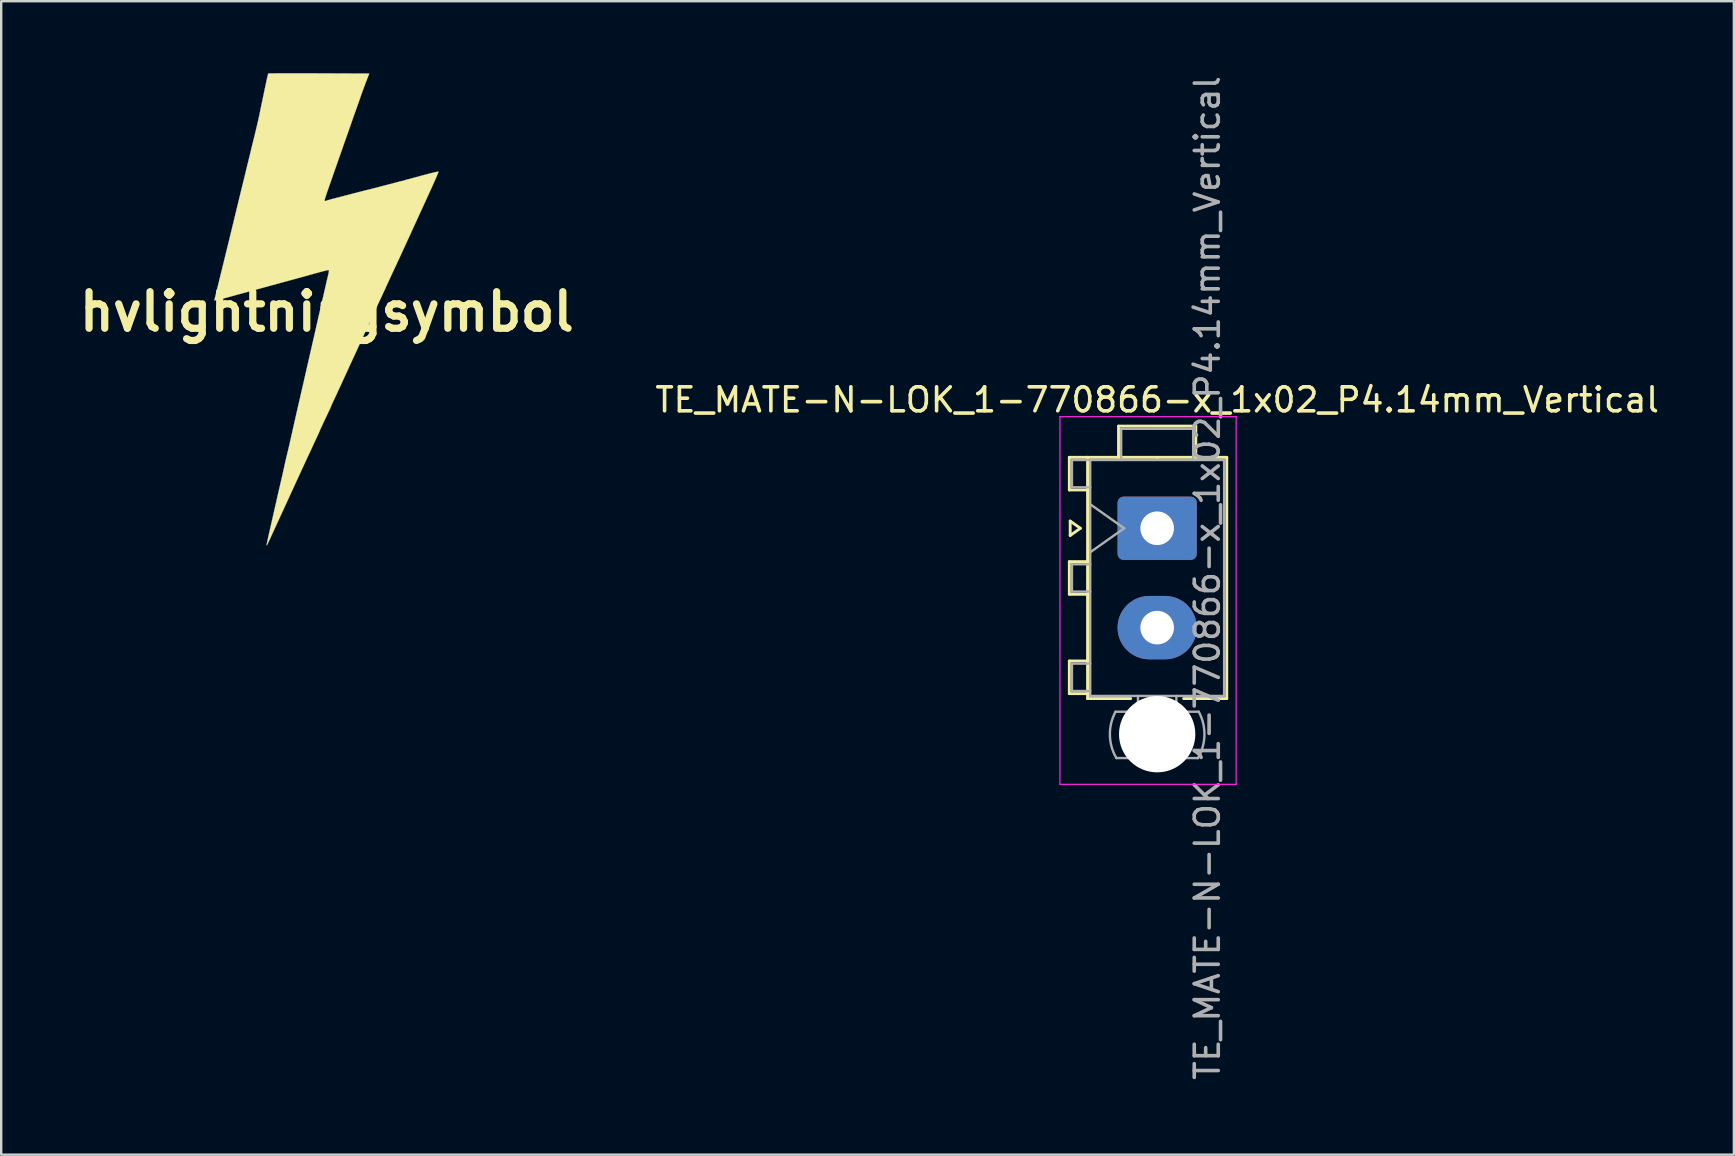
<source format=kicad_pcb>
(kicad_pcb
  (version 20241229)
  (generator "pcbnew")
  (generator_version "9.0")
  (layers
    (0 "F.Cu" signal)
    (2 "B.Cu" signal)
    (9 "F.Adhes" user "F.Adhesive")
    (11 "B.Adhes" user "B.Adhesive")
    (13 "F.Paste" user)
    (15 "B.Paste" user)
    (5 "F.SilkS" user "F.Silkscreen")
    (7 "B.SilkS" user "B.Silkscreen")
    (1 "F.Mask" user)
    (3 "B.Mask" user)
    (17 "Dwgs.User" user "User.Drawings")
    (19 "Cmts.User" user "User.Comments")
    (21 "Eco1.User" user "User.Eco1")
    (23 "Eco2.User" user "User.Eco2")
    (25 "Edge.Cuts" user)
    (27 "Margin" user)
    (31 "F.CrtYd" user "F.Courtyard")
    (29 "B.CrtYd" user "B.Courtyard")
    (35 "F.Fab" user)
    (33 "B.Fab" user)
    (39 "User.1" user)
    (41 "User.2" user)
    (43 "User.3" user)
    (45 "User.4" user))
  (footprint "TE_MATE-N-LOK_1-770866-x_1x02_P4.14mm_Vertical"
    (layer "F.Cu")
    (at 45.163 18.96)
    (property "Reference" "TE_MATE-N-LOK_1-770866-x_1x02_P4.14mm_Vertical" (at 0 -5.35 0) (layer "F.SilkS") (effects (font (size 1 1) (thickness 0.15))))
    (attr through_hole)
    (fp_line (start -3.66 -2.955) (end -3.66 -1.595) (stroke (width 0.12) (type solid)) (layer "F.SilkS"))
    (fp_line (start -3.66 -1.595) (end -2.9 -1.595) (stroke (width 0.12) (type solid)) (layer "F.SilkS"))
    (fp_line (start -3.66 1.39) (end -3.66 2.75) (stroke (width 0.12) (type solid)) (layer "F.SilkS"))
    (fp_line (start -3.66 2.75) (end -2.9 2.75) (stroke (width 0.12) (type solid)) (layer "F.SilkS"))
    (fp_line (start -3.66 5.53) (end -3.66 6.89) (stroke (width 0.12) (type solid)) (layer "F.SilkS"))
    (fp_line (start -3.66 6.89) (end -2.9 6.89) (stroke (width 0.12) (type solid)) (layer "F.SilkS"))
    (fp_line (start -3.624 -0.3) (end -3.2 0) (stroke (width 0.12) (type solid)) (layer "F.SilkS"))
    (fp_line (start -3.624 0.3) (end -3.624 -0.3) (stroke (width 0.12) (type solid)) (layer "F.SilkS"))
    (fp_line (start -3.2 0) (end -3.624 0.3) (stroke (width 0.12) (type solid)) (layer "F.SilkS"))
    (fp_line (start -2.9 -2.955) (end -3.66 -2.955) (stroke (width 0.12) (type solid)) (layer "F.SilkS"))
    (fp_line (start -2.9 -2.955) (end -2.9 7.095) (stroke (width 0.12) (type solid)) (layer "F.SilkS"))
    (fp_line (start -2.9 1.39) (end -3.66 1.39) (stroke (width 0.12) (type solid)) (layer "F.SilkS"))
    (fp_line (start -2.9 5.53) (end -3.66 5.53) (stroke (width 0.12) (type solid)) (layer "F.SilkS"))
    (fp_line (start -2.9 7.095) (end -1.103 7.095) (stroke (width 0.12) (type solid)) (layer "F.SilkS"))
    (fp_line (start -1.61 -4.255) (end 1.61 -4.255) (stroke (width 0.12) (type solid)) (layer "F.SilkS"))
    (fp_line (start -1.61 -2.955) (end -1.61 -4.255) (stroke (width 0.12) (type solid)) (layer "F.SilkS"))
    (fp_line (start 0 -2.955) (end -2.9 -2.955) (stroke (width 0.12) (type solid)) (layer "F.SilkS"))
    (fp_line (start 0 -2.955) (end 2.9 -2.955) (stroke (width 0.12) (type solid)) (layer "F.SilkS"))
    (fp_line (start 1.61 -4.255) (end 1.61 -2.955) (stroke (width 0.12) (type solid)) (layer "F.SilkS"))
    (fp_line (start 2.9 -2.955) (end 2.9 7.095) (stroke (width 0.12) (type solid)) (layer "F.SilkS"))
    (fp_line (start 2.9 7.095) (end 1.103 7.095) (stroke (width 0.12) (type solid)) (layer "F.SilkS"))
    (fp_line (start -4.05 -4.65) (end -4.05 10.67) (stroke (width 0.05) (type solid)) (layer "F.CrtYd"))
    (fp_line (start -4.05 10.67) (end 3.29 10.67) (stroke (width 0.05) (type solid)) (layer "F.CrtYd"))
    (fp_line (start 3.29 -4.65) (end -4.05 -4.65) (stroke (width 0.05) (type solid)) (layer "F.CrtYd"))
    (fp_line (start 3.29 10.67) (end 3.29 -4.65) (stroke (width 0.05) (type solid)) (layer "F.CrtYd"))
    (fp_line (start -3.55 -2.845) (end -3.55 -1.705) (stroke (width 0.1) (type solid)) (layer "F.Fab"))
    (fp_line (start -3.55 -1.705) (end -2.79 -1.705) (stroke (width 0.1) (type solid)) (layer "F.Fab"))
    (fp_line (start -3.55 1.5) (end -3.55 2.64) (stroke (width 0.1) (type solid)) (layer "F.Fab"))
    (fp_line (start -3.55 2.64) (end -2.79 2.64) (stroke (width 0.1) (type solid)) (layer "F.Fab"))
    (fp_line (start -3.55 5.64) (end -3.55 6.78) (stroke (width 0.1) (type solid)) (layer "F.Fab"))
    (fp_line (start -3.55 6.78) (end -2.79 6.78) (stroke (width 0.1) (type solid)) (layer "F.Fab"))
    (fp_line (start -2.79 -2.845) (end -3.55 -2.845) (stroke (width 0.1) (type solid)) (layer "F.Fab"))
    (fp_line (start -2.79 -2.845) (end -2.79 6.985) (stroke (width 0.1) (type solid)) (layer "F.Fab"))
    (fp_line (start -2.79 -1) (end -1.376 0) (stroke (width 0.1) (type solid)) (layer "F.Fab"))
    (fp_line (start -2.79 1.5) (end -3.55 1.5) (stroke (width 0.1) (type solid)) (layer "F.Fab"))
    (fp_line (start -2.79 5.64) (end -3.55 5.64) (stroke (width 0.1) (type solid)) (layer "F.Fab"))
    (fp_line (start -2.79 6.985) (end 2.79 6.985) (stroke (width 0.1) (type solid)) (layer "F.Fab"))
    (fp_line (start -1.5 -4.145) (end 1.5 -4.145) (stroke (width 0.1) (type solid)) (layer "F.Fab"))
    (fp_line (start -1.5 -2.845) (end -1.5 -4.145) (stroke (width 0.1) (type solid)) (layer "F.Fab"))
    (fp_line (start -1.376 0) (end -2.79 1) (stroke (width 0.1) (type solid)) (layer "F.Fab"))
    (fp_line (start -0.8 6.985) (end -0.8 7.645) (stroke (width 0.1) (type solid)) (layer "F.Fab"))
    (fp_line (start 0.8 6.985) (end 0.8 7.645) (stroke (width 0.1) (type solid)) (layer "F.Fab"))
    (fp_line (start 1.5 -4.145) (end 1.5 -2.845) (stroke (width 0.1) (type solid)) (layer "F.Fab"))
    (fp_line (start 1.7 9.576) (end -1.7 9.576) (stroke (width 0.1) (type solid)) (layer "F.Fab"))
    (fp_line (start 1.734 7.645) (end -1.734 7.645) (stroke (width 0.1) (type solid)) (layer "F.Fab"))
    (fp_line (start 2.79 -2.845) (end -2.79 -2.845) (stroke (width 0.1) (type solid)) (layer "F.Fab"))
    (fp_line (start 2.79 6.985) (end 2.79 -2.845) (stroke (width 0.1) (type solid)) (layer "F.Fab"))
    (fp_arc (start -1.699672 9.576) (mid -1.969689 8.614992) (end -1.733977 7.645) (stroke (width 0.1) (type solid)) (layer "F.Fab"))
    (fp_arc (start 1.733977 7.645) (mid 1.96969 8.614992) (end 1.699672 9.576) (stroke (width 0.1) (type solid)) (layer "F.Fab"))
    (fp_text user "${REFERENCE}" (at 2.09 2.07 90) (layer "F.Fab") (effects (font (size 1 1) (thickness 0.15))))
    (pad "" np_thru_hole circle (at 0 8.58) (size 3.18 3.18) (drill 3.18) (layers "*.Cu" "*.Mask"))
    (pad "1" thru_hole roundrect (at 0 0) (size 3.3 2.64) (drill 1.4) (layers "*.Cu" "*.Mask") (roundrect_rratio 0.095))
    (pad "2" thru_hole oval (at 0 4.14) (size 3.3 2.64) (drill 1.4) (layers "*.Cu" "*.Mask")))
  (footprint "hvlightningsymbol"
    (layer "F.Cu")
    (at 10.566 9.937)
    (property "Reference" "hvlightningsymbol" (at 0 0 0) (layer "F.SilkS") (effects (font (size 1.524 1.524) (thickness 0.3))))
    (attr through_hole)
    (fp_poly (pts (xy -1.166 -9.932) (xy -0.836 -9.932) (xy -0.485 -9.931) (xy -0.328 -9.93) (xy 1.768 -9.922) (xy 1.627 -9.557) (xy 1.566 -9.395) (xy 1.507 -9.237) (xy 1.458 -9.101) (xy 1.428 -9.017) (xy 1.394 -8.915) (xy 1.345 -8.774) (xy 1.288 -8.613) (xy 1.239 -8.477) (xy 1.183 -8.322) (xy 1.131 -8.175) (xy 1.089 -8.056) (xy 1.065 -7.985) (xy 1.04 -7.914) (xy 0.999 -7.795) (xy 0.945 -7.642) (xy 0.884 -7.467) (xy 0.831 -7.318) (xy 0.751 -7.092) (xy 0.66 -6.832) (xy 0.566 -6.564) (xy 0.479 -6.317) (xy 0.446 -6.223) (xy 0.369 -6.002) (xy 0.284 -5.759) (xy 0.2 -5.518) (xy 0.124 -5.302) (xy 0.091 -5.207) (xy 0.018 -4.999) (xy -0.034 -4.844) (xy -0.069 -4.735) (xy -0.087 -4.664) (xy -0.09 -4.625) (xy -0.08 -4.61) (xy -0.058 -4.612) (xy -0.044 -4.617) (xy 0.012 -4.636) (xy 0.112 -4.665) (xy 0.24 -4.7) (xy 0.318 -4.72) (xy 0.469 -4.759) (xy 0.658 -4.809) (xy 0.86 -4.861) (xy 1.048 -4.91) (xy 1.23 -4.957) (xy 1.415 -5.005) (xy 1.581 -5.047) (xy 1.708 -5.078) (xy 1.714 -5.08) (xy 1.855 -5.115) (xy 2.028 -5.159) (xy 2.204 -5.205) (xy 2.27 -5.222) (xy 2.445 -5.268) (xy 2.649 -5.322) (xy 2.849 -5.374) (xy 2.937 -5.397) (xy 3.109 -5.442) (xy 3.316 -5.497) (xy 3.531 -5.554) (xy 3.715 -5.604) (xy 4.003 -5.683) (xy 4.233 -5.744) (xy 4.41 -5.789) (xy 4.536 -5.818) (xy 4.616 -5.833) (xy 4.652 -5.835) (xy 4.654 -5.834) (xy 4.645 -5.802) (xy 4.612 -5.72) (xy 4.558 -5.594) (xy 4.486 -5.43) (xy 4.399 -5.234) (xy 4.299 -5.015) (xy 4.204 -4.807) (xy 4.077 -4.528) (xy 3.94 -4.231) (xy 3.802 -3.929) (xy 3.668 -3.638) (xy 3.546 -3.371) (xy 3.442 -3.142) (xy 3.413 -3.08) (xy 3.313 -2.862) (xy 3.214 -2.646) (xy 3.121 -2.444) (xy 3.04 -2.268) (xy 2.977 -2.131) (xy 2.953 -2.08) (xy 2.844 -1.846) (xy 2.758 -1.663) (xy 2.692 -1.52) (xy 2.642 -1.412) (xy 2.604 -1.329) (xy 2.574 -1.265) (xy 2.549 -1.21) (xy 2.533 -1.175) (xy 2.492 -1.084) (xy 2.442 -0.975) (xy 2.379 -0.839) (xy 2.299 -0.667) (xy 2.197 -0.449) (xy 2.164 -0.379) (xy 2.126 -0.297) (xy 2.065 -0.164) (xy 1.983 0.013) (xy 1.884 0.228) (xy 1.77 0.475) (xy 1.646 0.746) (xy 1.512 1.036) (xy 1.374 1.338) (xy 1.324 1.447) (xy 1.186 1.749) (xy 1.052 2.038) (xy 0.927 2.311) (xy 0.813 2.559) (xy 0.713 2.777) (xy 0.63 2.958) (xy 0.566 3.097) (xy 0.525 3.186) (xy 0.515 3.207) (xy 0.406 3.442) (xy 0.32 3.625) (xy 0.256 3.763) (xy 0.211 3.862) (xy 0.182 3.928) (xy 0.165 3.966) (xy 0.159 3.983) (xy 0.159 3.985) (xy 0.146 4.016) (xy 0.11 4.095) (xy 0.055 4.211) (xy -0.013 4.355) (xy -0.064 4.461) (xy -0.138 4.618) (xy -0.202 4.754) (xy -0.251 4.86) (xy -0.28 4.925) (xy -0.286 4.941) (xy -0.298 4.975) (xy -0.333 5.052) (xy -0.382 5.161) (xy -0.416 5.233) (xy -0.484 5.378) (xy -0.553 5.526) (xy -0.61 5.651) (xy -0.625 5.683) (xy -0.672 5.787) (xy -0.713 5.873) (xy -0.732 5.912) (xy -0.751 5.95) (xy -0.793 6.041) (xy -0.856 6.178) (xy -0.939 6.357) (xy -1.038 6.571) (xy -1.15 6.815) (xy -1.274 7.084) (xy -1.406 7.372) (xy -1.472 7.515) (xy -1.611 7.819) (xy -1.746 8.113) (xy -1.874 8.391) (xy -1.992 8.647) (xy -2.096 8.874) (xy -2.183 9.064) (xy -2.252 9.213) (xy -2.298 9.313) (xy -2.308 9.335) (xy -2.367 9.463) (xy -2.42 9.578) (xy -2.458 9.662) (xy -2.468 9.684) (xy -2.494 9.731) (xy -2.506 9.731) (xy -2.504 9.706) (xy -2.496 9.657) (xy -2.48 9.577) (xy -2.455 9.46) (xy -2.42 9.301) (xy -2.373 9.094) (xy -2.313 8.832) (xy -2.301 8.779) (xy -2.255 8.574) (xy -2.206 8.359) (xy -2.16 8.156) (xy -2.121 7.986) (xy -2.11 7.938) (xy -2.073 7.771) (xy -2.027 7.569) (xy -1.978 7.358) (xy -1.935 7.176) (xy -1.892 6.988) (xy -1.847 6.795) (xy -1.808 6.617) (xy -1.777 6.479) (xy -1.777 6.477) (xy -1.74 6.309) (xy -1.697 6.123) (xy -1.658 5.959) (xy -1.657 5.953) (xy -1.623 5.812) (xy -1.581 5.636) (xy -1.538 5.45) (xy -1.512 5.334) (xy -1.413 4.892) (xy -1.321 4.486) (xy -1.231 4.091) (xy -1.159 3.778) (xy -1.114 3.583) (xy -1.069 3.384) (xy -1.027 3.202) (xy -0.993 3.055) (xy -0.984 3.016) (xy -0.954 2.886) (xy -0.915 2.713) (xy -0.87 2.518) (xy -0.825 2.319) (xy -0.81 2.254) (xy -0.764 2.051) (xy -0.715 1.837) (xy -0.669 1.635) (xy -0.63 1.466) (xy -0.622 1.429) (xy -0.584 1.265) (xy -0.538 1.065) (xy -0.49 0.853) (xy -0.445 0.654) (xy -0.444 0.651) (xy -0.4 0.455) (xy -0.353 0.247) (xy -0.308 0.052) (xy -0.271 -0.106) (xy -0.27 -0.111) (xy -0.233 -0.268) (xy -0.189 -0.462) (xy -0.141 -0.67) (xy -0.097 -0.866) (xy -0.095 -0.873) (xy -0.054 -1.053) (xy -0.013 -1.231) (xy 0.023 -1.386) (xy 0.051 -1.502) (xy 0.055 -1.517) (xy 0.078 -1.621) (xy 0.09 -1.699) (xy 0.088 -1.733) (xy 0.074 -1.736) (xy 0.04 -1.732) (xy -0.019 -1.719) (xy -0.11 -1.697) (xy -0.238 -1.663) (xy -0.41 -1.617) (xy -0.63 -1.556) (xy -0.905 -1.479) (xy -0.921 -1.475) (xy -1.07 -1.434) (xy -1.253 -1.383) (xy -1.441 -1.332) (xy -1.548 -1.303) (xy -1.88 -1.213) (xy -2.251 -1.112) (xy -2.639 -1.005) (xy -2.889 -0.937) (xy -3.047 -0.893) (xy -3.234 -0.843) (xy -3.417 -0.794) (xy -3.477 -0.778) (xy -3.658 -0.729) (xy -3.864 -0.672) (xy -4.059 -0.618) (xy -4.116 -0.602) (xy -4.266 -0.561) (xy -4.406 -0.525) (xy -4.518 -0.499) (xy -4.563 -0.49) (xy -4.688 -0.47) (xy -4.54 -1.068) (xy -4.413 -1.583) (xy -4.273 -2.154) (xy -4.121 -2.774) (xy -3.96 -3.437) (xy -3.873 -3.794) (xy -3.815 -4.036) (xy -3.755 -4.281) (xy -3.698 -4.515) (xy -3.647 -4.725) (xy -3.606 -4.895) (xy -3.588 -4.969) (xy -3.552 -5.117) (xy -3.505 -5.311) (xy -3.45 -5.534) (xy -3.392 -5.772) (xy -3.335 -6.008) (xy -3.321 -6.064) (xy -3.259 -6.317) (xy -3.191 -6.595) (xy -3.123 -6.876) (xy -3.058 -7.139) (xy -3.003 -7.363) (xy -3.001 -7.373) (xy -2.95 -7.583) (xy -2.9 -7.795) (xy -2.854 -7.994) (xy -2.817 -8.16) (xy -2.796 -8.262) (xy -2.763 -8.427) (xy -2.719 -8.64) (xy -2.667 -8.886) (xy -2.611 -9.153) (xy -2.554 -9.424) (xy -2.498 -9.686) (xy -2.496 -9.695) (xy -2.471 -9.804) (xy -2.45 -9.887) (xy -2.436 -9.925) (xy -2.436 -9.925) (xy -2.403 -9.927) (xy -2.312 -9.929) (xy -2.167 -9.93) (xy -1.975 -9.932) (xy -1.741 -9.932) (xy -1.469 -9.932) (xy -1.166 -9.932)) (stroke (width 0.01) (type solid)) (fill yes) (layer "F.SilkS")))
  (gr_rect
    (start -3 -3)
    (end 69.192 45.06)
    (stroke (width 0.1) (type default))
    (fill no)
    (layer "Edge.Cuts")))
</source>
